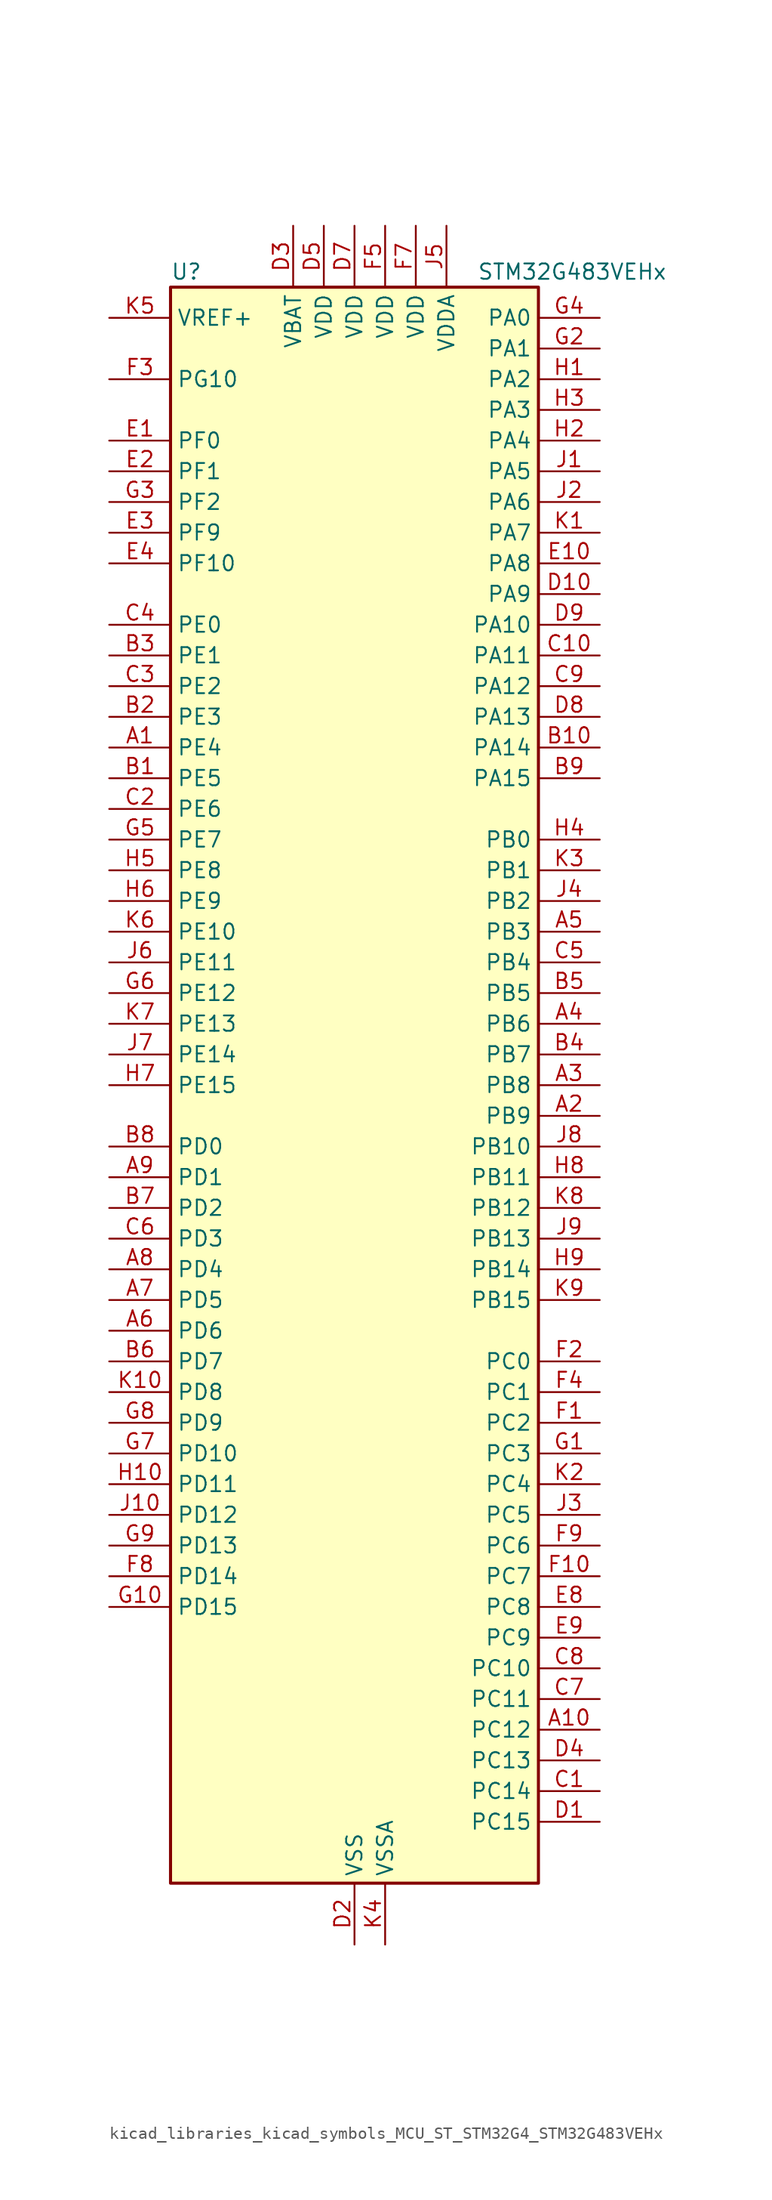
<source format=kicad_sym>
(kicad_symbol_lib
  (version 20220914)
  (generator kicad_symbol_editor)
  (symbol "kicad_libraries_kicad_symbols_MCU_ST_STM32G4_STM32G483VEHx"
    (property "Reference" "U"
      (at -15.24 67.31 0)
      (effects (font (size 1.27 1.27)) (justify left)))
    (property "Value" "STM32G483VEHx"
      (at 10.16 67.31 0)
      (effects (font (size 1.27 1.27)) (justify left)))
    (property "ki_locked" ""
      (at 0 0 0)
      (effects (font (size 1.27 1.27))))
    (symbol "kicad_libraries_kicad_symbols_MCU_ST_STM32G4_STM32G483VEHx_0_1"
      (rectangle (start -15.24 -66.04) (end 15.24 66.04) (stroke (width 0.254) (type default)) (fill (type background))))
    (symbol "kicad_libraries_kicad_symbols_MCU_ST_STM32G4_STM32G483VEHx_1_1"
      (pin bidirectional line (at -20.32 27.94 0) (length 5.08) (name "PE4" (effects (font (size 1.27 1.27)))) (number "A1" (effects (font (size 1.27 1.27)))) (alternate "FMC_A20" bidirectional line) (alternate "SAI1_D2" bidirectional line) (alternate "SAI1_FS_A" bidirectional line) (alternate "SPI4_NSS" bidirectional line) (alternate "SYS_TRACED1" bidirectional line) (alternate "TIM20_CH1N" bidirectional line) (alternate "TIM3_CH3" bidirectional line))
      (pin bidirectional line (at 20.32 -53.34 180) (length 5.08) (name "PC12" (effects (font (size 1.27 1.27)))) (number "A10" (effects (font (size 1.27 1.27)))) (alternate "I2S3_SD" bidirectional line) (alternate "SPI3_MOSI" bidirectional line) (alternate "TIM5_CH2" bidirectional line) (alternate "TIM8_CH3N" bidirectional line) (alternate "UART5_TX" bidirectional line) (alternate "UCPD1_FRSTX1" bidirectional line) (alternate "UCPD1_FRSTX2" bidirectional line) (alternate "USART3_CK" bidirectional line))
      (pin bidirectional line (at 20.32 -2.54 180) (length 5.08) (name "PB9" (effects (font (size 1.27 1.27)))) (number "A2" (effects (font (size 1.27 1.27)))) (alternate "COMP2_OUT" bidirectional line) (alternate "DAC1_EXTI9" bidirectional line) (alternate "DAC2_EXTI9" bidirectional line) (alternate "DAC3_EXTI9" bidirectional line) (alternate "DAC4_EXTI9" bidirectional line) (alternate "FDCAN1_TX" bidirectional line) (alternate "I2C1_SDA" bidirectional line) (alternate "IR_OUT" bidirectional line) (alternate "SAI1_D2" bidirectional line) (alternate "SAI1_FS_A" bidirectional line) (alternate "TIM17_CH1" bidirectional line) (alternate "TIM1_CH3N" bidirectional line) (alternate "TIM4_CH4" bidirectional line) (alternate "TIM8_CH3" bidirectional line) (alternate "USART3_TX" bidirectional line))
      (pin bidirectional line (at 20.32 0 180) (length 5.08) (name "PB8" (effects (font (size 1.27 1.27)))) (number "A3" (effects (font (size 1.27 1.27)))) (alternate "COMP1_OUT" bidirectional line) (alternate "FDCAN1_RX" bidirectional line) (alternate "I2C1_SCL" bidirectional line) (alternate "SAI1_CK1" bidirectional line) (alternate "SAI1_MCLK_A" bidirectional line) (alternate "TIM16_CH1" bidirectional line) (alternate "TIM1_BKIN" bidirectional line) (alternate "TIM4_CH3" bidirectional line) (alternate "TIM8_CH2" bidirectional line) (alternate "USART3_RX" bidirectional line))
      (pin bidirectional line (at 20.32 5.08 180) (length 5.08) (name "PB6" (effects (font (size 1.27 1.27)))) (number "A4" (effects (font (size 1.27 1.27)))) (alternate "COMP4_OUT" bidirectional line) (alternate "FDCAN2_TX" bidirectional line) (alternate "LPTIM1_ETR" bidirectional line) (alternate "SAI1_FS_B" bidirectional line) (alternate "TIM16_CH1N" bidirectional line) (alternate "TIM4_CH1" bidirectional line) (alternate "TIM8_BKIN2" bidirectional line) (alternate "TIM8_CH1" bidirectional line) (alternate "TIM8_ETR" bidirectional line) (alternate "UCPD1_CC1" bidirectional line) (alternate "USART1_TX" bidirectional line))
      (pin bidirectional line (at 20.32 12.7 180) (length 5.08) (name "PB3" (effects (font (size 1.27 1.27)))) (number "A5" (effects (font (size 1.27 1.27)))) (alternate "ADC3_EXTI3" bidirectional line) (alternate "ADC4_EXTI3" bidirectional line) (alternate "ADC5_EXTI3" bidirectional line) (alternate "CRS_SYNC" bidirectional line) (alternate "FDCAN3_RX" bidirectional line) (alternate "I2S3_CK" bidirectional line) (alternate "SAI1_SCK_B" bidirectional line) (alternate "SPI1_SCK" bidirectional line) (alternate "SPI3_SCK" bidirectional line) (alternate "SYS_JTDO-SWO" bidirectional line) (alternate "TIM2_CH2" bidirectional line) (alternate "TIM3_ETR" bidirectional line) (alternate "TIM4_ETR" bidirectional line) (alternate "TIM8_CH1N" bidirectional line) (alternate "USART2_TX" bidirectional line))
      (pin bidirectional line (at -20.32 -20.32 0) (length 5.08) (name "PD6" (effects (font (size 1.27 1.27)))) (number "A6" (effects (font (size 1.27 1.27)))) (alternate "FMC_NWAIT" bidirectional line) (alternate "QUADSPI1_BK2_IO2" bidirectional line) (alternate "SAI1_D1" bidirectional line) (alternate "SAI1_SD_A" bidirectional line) (alternate "TIM2_CH4" bidirectional line) (alternate "USART2_RX" bidirectional line))
      (pin bidirectional line (at -20.32 -17.78 0) (length 5.08) (name "PD5" (effects (font (size 1.27 1.27)))) (number "A7" (effects (font (size 1.27 1.27)))) (alternate "FMC_NWE" bidirectional line) (alternate "QUADSPI1_BK2_IO1" bidirectional line) (alternate "USART2_TX" bidirectional line))
      (pin bidirectional line (at -20.32 -15.24 0) (length 5.08) (name "PD4" (effects (font (size 1.27 1.27)))) (number "A8" (effects (font (size 1.27 1.27)))) (alternate "FMC_NOE" bidirectional line) (alternate "QUADSPI1_BK2_IO0" bidirectional line) (alternate "TIM2_CH2" bidirectional line) (alternate "USART2_DE" bidirectional line) (alternate "USART2_RTS" bidirectional line))
      (pin bidirectional line (at -20.32 -7.62 0) (length 5.08) (name "PD1" (effects (font (size 1.27 1.27)))) (number "A9" (effects (font (size 1.27 1.27)))) (alternate "FDCAN1_TX" bidirectional line) (alternate "FMC_D3" bidirectional line) (alternate "FMC_DA3" bidirectional line) (alternate "TIM8_BKIN2" bidirectional line) (alternate "TIM8_CH4" bidirectional line))
      (pin bidirectional line (at -20.32 25.4 0) (length 5.08) (name "PE5" (effects (font (size 1.27 1.27)))) (number "B1" (effects (font (size 1.27 1.27)))) (alternate "FMC_A21" bidirectional line) (alternate "SAI1_CK2" bidirectional line) (alternate "SAI1_SCK_A" bidirectional line) (alternate "SPI4_MISO" bidirectional line) (alternate "SYS_TRACED2" bidirectional line) (alternate "TIM20_CH2N" bidirectional line) (alternate "TIM3_CH4" bidirectional line))
      (pin bidirectional line (at 20.32 27.94 180) (length 5.08) (name "PA14" (effects (font (size 1.27 1.27)))) (number "B10" (effects (font (size 1.27 1.27)))) (alternate "I2C1_SDA" bidirectional line) (alternate "I2C4_SMBA" bidirectional line) (alternate "LPTIM1_OUT" bidirectional line) (alternate "SAI1_FS_B" bidirectional line) (alternate "SYS_JTCK-SWCLK" bidirectional line) (alternate "TIM1_BKIN" bidirectional line) (alternate "TIM8_CH2" bidirectional line) (alternate "USART2_TX" bidirectional line))
      (pin bidirectional line (at -20.32 30.48 0) (length 5.08) (name "PE3" (effects (font (size 1.27 1.27)))) (number "B2" (effects (font (size 1.27 1.27)))) (alternate "ADC3_EXTI3" bidirectional line) (alternate "ADC4_EXTI3" bidirectional line) (alternate "ADC5_EXTI3" bidirectional line) (alternate "FMC_A19" bidirectional line) (alternate "SAI1_SD_B" bidirectional line) (alternate "SPI4_NSS" bidirectional line) (alternate "SYS_TRACED0" bidirectional line) (alternate "TIM20_CH2" bidirectional line) (alternate "TIM3_CH2" bidirectional line))
      (pin bidirectional line (at -20.32 35.56 0) (length 5.08) (name "PE1" (effects (font (size 1.27 1.27)))) (number "B3" (effects (font (size 1.27 1.27)))) (alternate "FMC_NBL1" bidirectional line) (alternate "TIM17_CH1" bidirectional line) (alternate "TIM20_CH4" bidirectional line) (alternate "USART1_RX" bidirectional line))
      (pin bidirectional line (at 20.32 2.54 180) (length 5.08) (name "PB7" (effects (font (size 1.27 1.27)))) (number "B4" (effects (font (size 1.27 1.27)))) (alternate "COMP3_OUT" bidirectional line) (alternate "FMC_NL" bidirectional line) (alternate "I2C1_SDA" bidirectional line) (alternate "I2C4_SDA" bidirectional line) (alternate "LPTIM1_IN2" bidirectional line) (alternate "SYS_PVD_IN" bidirectional line) (alternate "TIM17_CH1N" bidirectional line) (alternate "TIM3_CH4" bidirectional line) (alternate "TIM4_CH2" bidirectional line) (alternate "TIM8_BKIN" bidirectional line) (alternate "UART4_CTS" bidirectional line) (alternate "USART1_RX" bidirectional line))
      (pin bidirectional line (at 20.32 7.62 180) (length 5.08) (name "PB5" (effects (font (size 1.27 1.27)))) (number "B5" (effects (font (size 1.27 1.27)))) (alternate "FDCAN2_RX" bidirectional line) (alternate "I2C1_SMBA" bidirectional line) (alternate "I2C3_SDA" bidirectional line) (alternate "I2S3_SD" bidirectional line) (alternate "LPTIM1_IN1" bidirectional line) (alternate "SAI1_SD_B" bidirectional line) (alternate "SPI1_MOSI" bidirectional line) (alternate "SPI3_MOSI" bidirectional line) (alternate "TIM16_BKIN" bidirectional line) (alternate "TIM17_CH1" bidirectional line) (alternate "TIM3_CH2" bidirectional line) (alternate "TIM8_CH3N" bidirectional line) (alternate "UART5_CTS" bidirectional line) (alternate "USART2_CK" bidirectional line))
      (pin bidirectional line (at -20.32 -22.86 0) (length 5.08) (name "PD7" (effects (font (size 1.27 1.27)))) (number "B6" (effects (font (size 1.27 1.27)))) (alternate "FMC_NCE" bidirectional line) (alternate "FMC_NE1" bidirectional line) (alternate "QUADSPI1_BK2_IO3" bidirectional line) (alternate "TIM2_CH3" bidirectional line) (alternate "USART2_CK" bidirectional line))
      (pin bidirectional line (at -20.32 -10.16 0) (length 5.08) (name "PD2" (effects (font (size 1.27 1.27)))) (number "B7" (effects (font (size 1.27 1.27)))) (alternate "ADC3_EXTI2" bidirectional line) (alternate "ADC4_EXTI2" bidirectional line) (alternate "ADC5_EXTI2" bidirectional line) (alternate "TIM3_ETR" bidirectional line) (alternate "TIM8_BKIN" bidirectional line) (alternate "UART5_RX" bidirectional line))
      (pin bidirectional line (at -20.32 -5.08 0) (length 5.08) (name "PD0" (effects (font (size 1.27 1.27)))) (number "B8" (effects (font (size 1.27 1.27)))) (alternate "FDCAN1_RX" bidirectional line) (alternate "FMC_D2" bidirectional line) (alternate "FMC_DA2" bidirectional line) (alternate "TIM8_CH4N" bidirectional line))
      (pin bidirectional line (at 20.32 25.4 180) (length 5.08) (name "PA15" (effects (font (size 1.27 1.27)))) (number "B9" (effects (font (size 1.27 1.27)))) (alternate "ADC1_EXTI15" bidirectional line) (alternate "ADC2_EXTI15" bidirectional line) (alternate "FDCAN3_TX" bidirectional line) (alternate "I2C1_SCL" bidirectional line) (alternate "I2S3_WS" bidirectional line) (alternate "SPI1_NSS" bidirectional line) (alternate "SPI3_NSS" bidirectional line) (alternate "SYS_JTDI" bidirectional line) (alternate "TIM1_BKIN" bidirectional line) (alternate "TIM2_CH1" bidirectional line) (alternate "TIM2_ETR" bidirectional line) (alternate "TIM8_CH1" bidirectional line) (alternate "UART4_DE" bidirectional line) (alternate "UART4_RTS" bidirectional line) (alternate "USART2_RX" bidirectional line))
      (pin bidirectional line (at 20.32 -58.42 180) (length 5.08) (name "PC14" (effects (font (size 1.27 1.27)))) (number "C1" (effects (font (size 1.27 1.27)))) (alternate "RCC_OSC32_IN" bidirectional line))
      (pin bidirectional line (at 20.32 35.56 180) (length 5.08) (name "PA11" (effects (font (size 1.27 1.27)))) (number "C10" (effects (font (size 1.27 1.27)))) (alternate "ADC1_EXTI11" bidirectional line) (alternate "ADC2_EXTI11" bidirectional line) (alternate "COMP1_OUT" bidirectional line) (alternate "FDCAN1_RX" bidirectional line) (alternate "I2S2_SD" bidirectional line) (alternate "SPI2_MOSI" bidirectional line) (alternate "TIM1_BKIN2" bidirectional line) (alternate "TIM1_CH1N" bidirectional line) (alternate "TIM1_CH4" bidirectional line) (alternate "TIM4_CH1" bidirectional line) (alternate "USART1_CTS" bidirectional line) (alternate "USART1_NSS" bidirectional line) (alternate "USB_DM" bidirectional line))
      (pin bidirectional line (at -20.32 22.86 0) (length 5.08) (name "PE6" (effects (font (size 1.27 1.27)))) (number "C2" (effects (font (size 1.27 1.27)))) (alternate "FMC_A22" bidirectional line) (alternate "RTC_TAMP3" bidirectional line) (alternate "SAI1_D1" bidirectional line) (alternate "SAI1_SD_A" bidirectional line) (alternate "SPI4_MOSI" bidirectional line) (alternate "SYS_TRACED3" bidirectional line) (alternate "SYS_WKUP3" bidirectional line) (alternate "TIM20_CH3N" bidirectional line))
      (pin bidirectional line (at -20.32 33.02 0) (length 5.08) (name "PE2" (effects (font (size 1.27 1.27)))) (number "C3" (effects (font (size 1.27 1.27)))) (alternate "ADC3_EXTI2" bidirectional line) (alternate "ADC4_EXTI2" bidirectional line) (alternate "ADC5_EXTI2" bidirectional line) (alternate "FMC_A23" bidirectional line) (alternate "SAI1_CK1" bidirectional line) (alternate "SAI1_MCLK_A" bidirectional line) (alternate "SPI4_SCK" bidirectional line) (alternate "SYS_TRACECLK" bidirectional line) (alternate "TIM20_CH1" bidirectional line) (alternate "TIM3_CH1" bidirectional line))
      (pin bidirectional line (at -20.32 38.1 0) (length 5.08) (name "PE0" (effects (font (size 1.27 1.27)))) (number "C4" (effects (font (size 1.27 1.27)))) (alternate "FMC_NBL0" bidirectional line) (alternate "TIM16_CH1" bidirectional line) (alternate "TIM20_CH4N" bidirectional line) (alternate "TIM20_ETR" bidirectional line) (alternate "TIM4_ETR" bidirectional line) (alternate "USART1_TX" bidirectional line))
      (pin bidirectional line (at 20.32 10.16 180) (length 5.08) (name "PB4" (effects (font (size 1.27 1.27)))) (number "C5" (effects (font (size 1.27 1.27)))) (alternate "FDCAN3_TX" bidirectional line) (alternate "SAI1_MCLK_B" bidirectional line) (alternate "SPI1_MISO" bidirectional line) (alternate "SPI3_MISO" bidirectional line) (alternate "SYS_JTRST" bidirectional line) (alternate "TIM16_CH1" bidirectional line) (alternate "TIM17_BKIN" bidirectional line) (alternate "TIM3_CH1" bidirectional line) (alternate "TIM8_CH2N" bidirectional line) (alternate "UART5_DE" bidirectional line) (alternate "UART5_RTS" bidirectional line) (alternate "UCPD1_CC2" bidirectional line) (alternate "USART2_RX" bidirectional line))
      (pin bidirectional line (at -20.32 -12.7 0) (length 5.08) (name "PD3" (effects (font (size 1.27 1.27)))) (number "C6" (effects (font (size 1.27 1.27)))) (alternate "ADC3_EXTI3" bidirectional line) (alternate "ADC4_EXTI3" bidirectional line) (alternate "ADC5_EXTI3" bidirectional line) (alternate "FMC_CLK" bidirectional line) (alternate "QUADSPI1_BK2_NCS" bidirectional line) (alternate "TIM2_CH1" bidirectional line) (alternate "TIM2_ETR" bidirectional line) (alternate "USART2_CTS" bidirectional line) (alternate "USART2_NSS" bidirectional line))
      (pin bidirectional line (at 20.32 -50.8 180) (length 5.08) (name "PC11" (effects (font (size 1.27 1.27)))) (number "C7" (effects (font (size 1.27 1.27)))) (alternate "ADC1_EXTI11" bidirectional line) (alternate "ADC2_EXTI11" bidirectional line) (alternate "I2C3_SDA" bidirectional line) (alternate "SPI3_MISO" bidirectional line) (alternate "TIM8_CH2N" bidirectional line) (alternate "UART4_RX" bidirectional line) (alternate "USART3_RX" bidirectional line))
      (pin bidirectional line (at 20.32 -48.26 180) (length 5.08) (name "PC10" (effects (font (size 1.27 1.27)))) (number "C8" (effects (font (size 1.27 1.27)))) (alternate "DAC1_EXTI10" bidirectional line) (alternate "DAC2_EXTI10" bidirectional line) (alternate "DAC3_EXTI10" bidirectional line) (alternate "DAC4_EXTI10" bidirectional line) (alternate "I2S3_CK" bidirectional line) (alternate "SPI3_SCK" bidirectional line) (alternate "TIM8_CH1N" bidirectional line) (alternate "UART4_TX" bidirectional line) (alternate "USART3_TX" bidirectional line))
      (pin bidirectional line (at 20.32 33.02 180) (length 5.08) (name "PA12" (effects (font (size 1.27 1.27)))) (number "C9" (effects (font (size 1.27 1.27)))) (alternate "COMP2_OUT" bidirectional line) (alternate "FDCAN1_TX" bidirectional line) (alternate "I2S_CKIN" bidirectional line) (alternate "TIM16_CH1" bidirectional line) (alternate "TIM1_CH2N" bidirectional line) (alternate "TIM1_ETR" bidirectional line) (alternate "TIM4_CH2" bidirectional line) (alternate "USART1_DE" bidirectional line) (alternate "USART1_RTS" bidirectional line) (alternate "USB_DP" bidirectional line))
      (pin bidirectional line (at 20.32 -60.96 180) (length 5.08) (name "PC15" (effects (font (size 1.27 1.27)))) (number "D1" (effects (font (size 1.27 1.27)))) (alternate "ADC1_EXTI15" bidirectional line) (alternate "ADC2_EXTI15" bidirectional line) (alternate "RCC_OSC32_OUT" bidirectional line))
      (pin bidirectional line (at 20.32 40.64 180) (length 5.08) (name "PA9" (effects (font (size 1.27 1.27)))) (number "D10" (effects (font (size 1.27 1.27)))) (alternate "ADC5_IN2" bidirectional line) (alternate "COMP5_OUT" bidirectional line) (alternate "DAC1_EXTI9" bidirectional line) (alternate "DAC2_EXTI9" bidirectional line) (alternate "DAC3_EXTI9" bidirectional line) (alternate "DAC4_EXTI9" bidirectional line) (alternate "I2C2_SCL" bidirectional line) (alternate "I2C3_SMBA" bidirectional line) (alternate "I2S3_MCK" bidirectional line) (alternate "SAI1_FS_A" bidirectional line) (alternate "TIM15_BKIN" bidirectional line) (alternate "TIM1_CH2" bidirectional line) (alternate "TIM2_CH3" bidirectional line) (alternate "UCPD1_DBCC1" bidirectional line) (alternate "USART1_TX" bidirectional line))
      (pin power_in line (at 0 -71.12 90) (length 5.08) (name "VSS" (effects (font (size 1.27 1.27)))) (number "D2" (effects (font (size 1.27 1.27)))))
      (pin power_in line (at -5.08 71.12 270) (length 5.08) (name "VBAT" (effects (font (size 1.27 1.27)))) (number "D3" (effects (font (size 1.27 1.27)))))
      (pin bidirectional line (at 20.32 -55.88 180) (length 5.08) (name "PC13" (effects (font (size 1.27 1.27)))) (number "D4" (effects (font (size 1.27 1.27)))) (alternate "RTC_OUT1" bidirectional line) (alternate "RTC_TAMP1" bidirectional line) (alternate "RTC_TS" bidirectional line) (alternate "SYS_WKUP2" bidirectional line) (alternate "TIM1_BKIN" bidirectional line) (alternate "TIM1_CH1N" bidirectional line) (alternate "TIM8_CH4N" bidirectional line))
      (pin power_in line (at -2.54 71.12 270) (length 5.08) (name "VDD" (effects (font (size 1.27 1.27)))) (number "D5" (effects (font (size 1.27 1.27)))))
      (pin passive line (at 0 -71.12 90) (length 5.08) hide (name "VSS" (effects (font (size 1.27 1.27)))) (number "D6" (effects (font (size 1.27 1.27)))))
      (pin power_in line (at 0 71.12 270) (length 5.08) (name "VDD" (effects (font (size 1.27 1.27)))) (number "D7" (effects (font (size 1.27 1.27)))))
      (pin bidirectional line (at 20.32 30.48 180) (length 5.08) (name "PA13" (effects (font (size 1.27 1.27)))) (number "D8" (effects (font (size 1.27 1.27)))) (alternate "I2C1_SCL" bidirectional line) (alternate "I2C4_SCL" bidirectional line) (alternate "IR_OUT" bidirectional line) (alternate "SAI1_SD_B" bidirectional line) (alternate "SYS_JTMS-SWDIO" bidirectional line) (alternate "TIM16_CH1N" bidirectional line) (alternate "TIM4_CH3" bidirectional line) (alternate "USART3_CTS" bidirectional line) (alternate "USART3_NSS" bidirectional line))
      (pin bidirectional line (at 20.32 38.1 180) (length 5.08) (name "PA10" (effects (font (size 1.27 1.27)))) (number "D9" (effects (font (size 1.27 1.27)))) (alternate "COMP6_OUT" bidirectional line) (alternate "CRS_SYNC" bidirectional line) (alternate "DAC1_EXTI10" bidirectional line) (alternate "DAC2_EXTI10" bidirectional line) (alternate "DAC3_EXTI10" bidirectional line) (alternate "DAC4_EXTI10" bidirectional line) (alternate "I2C2_SMBA" bidirectional line) (alternate "SAI1_D1" bidirectional line) (alternate "SAI1_SD_A" bidirectional line) (alternate "SPI2_MISO" bidirectional line) (alternate "TIM17_BKIN" bidirectional line) (alternate "TIM1_CH3" bidirectional line) (alternate "TIM2_CH4" bidirectional line) (alternate "TIM8_BKIN" bidirectional line) (alternate "UCPD1_DBCC2" bidirectional line) (alternate "USART1_RX" bidirectional line))
      (pin bidirectional line (at -20.32 53.34 0) (length 5.08) (name "PF0" (effects (font (size 1.27 1.27)))) (number "E1" (effects (font (size 1.27 1.27)))) (alternate "ADC1_IN10" bidirectional line) (alternate "I2C2_SDA" bidirectional line) (alternate "I2S2_WS" bidirectional line) (alternate "RCC_OSC_IN" bidirectional line) (alternate "SPI2_NSS" bidirectional line) (alternate "TIM1_CH3N" bidirectional line))
      (pin bidirectional line (at 20.32 43.18 180) (length 5.08) (name "PA8" (effects (font (size 1.27 1.27)))) (number "E10" (effects (font (size 1.27 1.27)))) (alternate "ADC5_IN1" bidirectional line) (alternate "COMP7_OUT" bidirectional line) (alternate "FDCAN3_RX" bidirectional line) (alternate "I2C2_SDA" bidirectional line) (alternate "I2C3_SCL" bidirectional line) (alternate "I2S2_MCK" bidirectional line) (alternate "OPAMP5_VOUT" bidirectional line) (alternate "RCC_MCO" bidirectional line) (alternate "SAI1_CK2" bidirectional line) (alternate "SAI1_SCK_A" bidirectional line) (alternate "TIM1_CH1" bidirectional line) (alternate "TIM4_ETR" bidirectional line) (alternate "USART1_CK" bidirectional line))
      (pin bidirectional line (at -20.32 50.8 0) (length 5.08) (name "PF1" (effects (font (size 1.27 1.27)))) (number "E2" (effects (font (size 1.27 1.27)))) (alternate "ADC2_IN10" bidirectional line) (alternate "COMP3_INM" bidirectional line) (alternate "I2S2_CK" bidirectional line) (alternate "RCC_OSC_OUT" bidirectional line) (alternate "SPI2_SCK" bidirectional line))
      (pin bidirectional line (at -20.32 45.72 0) (length 5.08) (name "PF9" (effects (font (size 1.27 1.27)))) (number "E3" (effects (font (size 1.27 1.27)))) (alternate "DAC1_EXTI9" bidirectional line) (alternate "DAC2_EXTI9" bidirectional line) (alternate "DAC3_EXTI9" bidirectional line) (alternate "DAC4_EXTI9" bidirectional line) (alternate "FMC_A25" bidirectional line) (alternate "QUADSPI1_BK1_IO1" bidirectional line) (alternate "SAI1_FS_B" bidirectional line) (alternate "SPI2_SCK" bidirectional line) (alternate "TIM15_CH1" bidirectional line) (alternate "TIM20_BKIN" bidirectional line) (alternate "TIM5_CH4" bidirectional line))
      (pin bidirectional line (at -20.32 43.18 0) (length 5.08) (name "PF10" (effects (font (size 1.27 1.27)))) (number "E4" (effects (font (size 1.27 1.27)))) (alternate "DAC1_EXTI10" bidirectional line) (alternate "DAC2_EXTI10" bidirectional line) (alternate "DAC3_EXTI10" bidirectional line) (alternate "DAC4_EXTI10" bidirectional line) (alternate "FMC_A0" bidirectional line) (alternate "QUADSPI1_CLK" bidirectional line) (alternate "SAI1_D3" bidirectional line) (alternate "SPI2_SCK" bidirectional line) (alternate "TIM15_CH2" bidirectional line) (alternate "TIM20_BKIN2" bidirectional line))
      (pin passive line (at 0 -71.12 90) (length 5.08) hide (name "VSS" (effects (font (size 1.27 1.27)))) (number "E5" (effects (font (size 1.27 1.27)))))
      (pin passive line (at 0 -71.12 90) (length 5.08) hide (name "VSS" (effects (font (size 1.27 1.27)))) (number "E6" (effects (font (size 1.27 1.27)))))
      (pin passive line (at 0 -71.12 90) (length 5.08) hide (name "VSS" (effects (font (size 1.27 1.27)))) (number "E7" (effects (font (size 1.27 1.27)))))
      (pin bidirectional line (at 20.32 -43.18 180) (length 5.08) (name "PC8" (effects (font (size 1.27 1.27)))) (number "E8" (effects (font (size 1.27 1.27)))) (alternate "COMP7_OUT" bidirectional line) (alternate "I2C3_SCL" bidirectional line) (alternate "TIM20_CH3" bidirectional line) (alternate "TIM3_CH3" bidirectional line) (alternate "TIM8_CH3" bidirectional line))
      (pin bidirectional line (at 20.32 -45.72 180) (length 5.08) (name "PC9" (effects (font (size 1.27 1.27)))) (number "E9" (effects (font (size 1.27 1.27)))) (alternate "DAC1_EXTI9" bidirectional line) (alternate "DAC2_EXTI9" bidirectional line) (alternate "DAC3_EXTI9" bidirectional line) (alternate "DAC4_EXTI9" bidirectional line) (alternate "I2C3_SDA" bidirectional line) (alternate "I2S_CKIN" bidirectional line) (alternate "TIM3_CH4" bidirectional line) (alternate "TIM8_BKIN2" bidirectional line) (alternate "TIM8_CH4" bidirectional line))
      (pin bidirectional line (at 20.32 -27.94 180) (length 5.08) (name "PC2" (effects (font (size 1.27 1.27)))) (number "F1" (effects (font (size 1.27 1.27)))) (alternate "ADC1_IN8" bidirectional line) (alternate "ADC2_IN8" bidirectional line) (alternate "ADC3_EXTI2" bidirectional line) (alternate "ADC4_EXTI2" bidirectional line) (alternate "ADC5_EXTI2" bidirectional line) (alternate "COMP3_OUT" bidirectional line) (alternate "LPTIM1_IN2" bidirectional line) (alternate "QUADSPI1_BK2_IO1" bidirectional line) (alternate "TIM1_CH3" bidirectional line) (alternate "TIM20_CH2" bidirectional line))
      (pin bidirectional line (at 20.32 -40.64 180) (length 5.08) (name "PC7" (effects (font (size 1.27 1.27)))) (number "F10" (effects (font (size 1.27 1.27)))) (alternate "COMP5_OUT" bidirectional line) (alternate "I2C4_SDA" bidirectional line) (alternate "I2S3_MCK" bidirectional line) (alternate "TIM3_CH2" bidirectional line) (alternate "TIM8_CH2" bidirectional line))
      (pin bidirectional line (at 20.32 -22.86 180) (length 5.08) (name "PC0" (effects (font (size 1.27 1.27)))) (number "F2" (effects (font (size 1.27 1.27)))) (alternate "ADC1_IN6" bidirectional line) (alternate "ADC2_IN6" bidirectional line) (alternate "COMP3_INM" bidirectional line) (alternate "LPTIM1_IN1" bidirectional line) (alternate "LPUART1_RX" bidirectional line) (alternate "TIM1_CH1" bidirectional line))
      (pin bidirectional line (at -20.32 58.42 0) (length 5.08) (name "PG10" (effects (font (size 1.27 1.27)))) (number "F3" (effects (font (size 1.27 1.27)))) (alternate "DAC1_EXTI10" bidirectional line) (alternate "DAC2_EXTI10" bidirectional line) (alternate "DAC3_EXTI10" bidirectional line) (alternate "DAC4_EXTI10" bidirectional line) (alternate "RCC_MCO" bidirectional line))
      (pin bidirectional line (at 20.32 -25.4 180) (length 5.08) (name "PC1" (effects (font (size 1.27 1.27)))) (number "F4" (effects (font (size 1.27 1.27)))) (alternate "ADC1_IN7" bidirectional line) (alternate "ADC2_IN7" bidirectional line) (alternate "COMP3_INP" bidirectional line) (alternate "LPTIM1_OUT" bidirectional line) (alternate "LPUART1_TX" bidirectional line) (alternate "QUADSPI1_BK2_IO0" bidirectional line) (alternate "SAI1_SD_A" bidirectional line) (alternate "TIM1_CH2" bidirectional line))
      (pin power_in line (at 2.54 71.12 270) (length 5.08) (name "VDD" (effects (font (size 1.27 1.27)))) (number "F5" (effects (font (size 1.27 1.27)))))
      (pin passive line (at 0 -71.12 90) (length 5.08) hide (name "VSS" (effects (font (size 1.27 1.27)))) (number "F6" (effects (font (size 1.27 1.27)))))
      (pin power_in line (at 5.08 71.12 270) (length 5.08) (name "VDD" (effects (font (size 1.27 1.27)))) (number "F7" (effects (font (size 1.27 1.27)))))
      (pin bidirectional line (at -20.32 -40.64 0) (length 5.08) (name "PD14" (effects (font (size 1.27 1.27)))) (number "F8" (effects (font (size 1.27 1.27)))) (alternate "ADC3_IN11" bidirectional line) (alternate "ADC4_IN11" bidirectional line) (alternate "ADC5_IN11" bidirectional line) (alternate "COMP7_INP" bidirectional line) (alternate "FMC_D0" bidirectional line) (alternate "FMC_DA0" bidirectional line) (alternate "OPAMP2_VINP" bidirectional line) (alternate "OPAMP2_VINP_SEC" bidirectional line) (alternate "TIM4_CH3" bidirectional line))
      (pin bidirectional line (at 20.32 -38.1 180) (length 5.08) (name "PC6" (effects (font (size 1.27 1.27)))) (number "F9" (effects (font (size 1.27 1.27)))) (alternate "COMP6_OUT" bidirectional line) (alternate "I2C4_SCL" bidirectional line) (alternate "I2S2_MCK" bidirectional line) (alternate "TIM3_CH1" bidirectional line) (alternate "TIM8_CH1" bidirectional line))
      (pin bidirectional line (at 20.32 -30.48 180) (length 5.08) (name "PC3" (effects (font (size 1.27 1.27)))) (number "G1" (effects (font (size 1.27 1.27)))) (alternate "ADC1_IN9" bidirectional line) (alternate "ADC2_IN9" bidirectional line) (alternate "ADC3_EXTI3" bidirectional line) (alternate "ADC4_EXTI3" bidirectional line) (alternate "ADC5_EXTI3" bidirectional line) (alternate "LPTIM1_ETR" bidirectional line) (alternate "OPAMP5_VINP" bidirectional line) (alternate "OPAMP5_VINP_SEC" bidirectional line) (alternate "QUADSPI1_BK2_IO2" bidirectional line) (alternate "SAI1_D1" bidirectional line) (alternate "SAI1_SD_A" bidirectional line) (alternate "TIM1_BKIN2" bidirectional line) (alternate "TIM1_CH4" bidirectional line))
      (pin bidirectional line (at -20.32 -43.18 0) (length 5.08) (name "PD15" (effects (font (size 1.27 1.27)))) (number "G10" (effects (font (size 1.27 1.27)))) (alternate "ADC1_EXTI15" bidirectional line) (alternate "ADC2_EXTI15" bidirectional line) (alternate "COMP7_INM" bidirectional line) (alternate "FMC_D1" bidirectional line) (alternate "FMC_DA1" bidirectional line) (alternate "SPI2_NSS" bidirectional line) (alternate "TIM4_CH4" bidirectional line))
      (pin bidirectional line (at 20.32 60.96 180) (length 5.08) (name "PA1" (effects (font (size 1.27 1.27)))) (number "G2" (effects (font (size 1.27 1.27)))) (alternate "ADC1_IN2" bidirectional line) (alternate "ADC2_IN2" bidirectional line) (alternate "COMP1_INP" bidirectional line) (alternate "OPAMP1_VINP" bidirectional line) (alternate "OPAMP1_VINP_SEC" bidirectional line) (alternate "OPAMP3_VINP" bidirectional line) (alternate "OPAMP3_VINP_SEC" bidirectional line) (alternate "OPAMP6_VINM" bidirectional line) (alternate "OPAMP6_VINM0" bidirectional line) (alternate "OPAMP6_VINM_SEC" bidirectional line) (alternate "RTC_REFIN" bidirectional line) (alternate "TIM15_CH1N" bidirectional line) (alternate "TIM2_CH2" bidirectional line) (alternate "TIM5_CH2" bidirectional line) (alternate "USART2_DE" bidirectional line) (alternate "USART2_RTS" bidirectional line))
      (pin bidirectional line (at -20.32 48.26 0) (length 5.08) (name "PF2" (effects (font (size 1.27 1.27)))) (number "G3" (effects (font (size 1.27 1.27)))) (alternate "ADC3_EXTI2" bidirectional line) (alternate "ADC4_EXTI2" bidirectional line) (alternate "ADC5_EXTI2" bidirectional line) (alternate "FMC_A2" bidirectional line) (alternate "I2C2_SMBA" bidirectional line) (alternate "TIM20_CH3" bidirectional line))
      (pin bidirectional line (at 20.32 63.5 180) (length 5.08) (name "PA0" (effects (font (size 1.27 1.27)))) (number "G4" (effects (font (size 1.27 1.27)))) (alternate "ADC1_IN1" bidirectional line) (alternate "ADC2_IN1" bidirectional line) (alternate "COMP1_INM" bidirectional line) (alternate "COMP1_OUT" bidirectional line) (alternate "COMP3_INP" bidirectional line) (alternate "RTC_TAMP2" bidirectional line) (alternate "SYS_WKUP1" bidirectional line) (alternate "TIM2_CH1" bidirectional line) (alternate "TIM2_ETR" bidirectional line) (alternate "TIM5_CH1" bidirectional line) (alternate "TIM8_BKIN" bidirectional line) (alternate "TIM8_ETR" bidirectional line) (alternate "USART2_CTS" bidirectional line) (alternate "USART2_NSS" bidirectional line))
      (pin bidirectional line (at -20.32 20.32 0) (length 5.08) (name "PE7" (effects (font (size 1.27 1.27)))) (number "G5" (effects (font (size 1.27 1.27)))) (alternate "ADC3_IN4" bidirectional line) (alternate "COMP4_INP" bidirectional line) (alternate "FMC_D4" bidirectional line) (alternate "FMC_DA4" bidirectional line) (alternate "SAI1_SD_B" bidirectional line) (alternate "TIM1_ETR" bidirectional line))
      (pin bidirectional line (at -20.32 7.62 0) (length 5.08) (name "PE12" (effects (font (size 1.27 1.27)))) (number "G6" (effects (font (size 1.27 1.27)))) (alternate "ADC3_IN16" bidirectional line) (alternate "ADC4_IN16" bidirectional line) (alternate "ADC5_IN16" bidirectional line) (alternate "FMC_D9" bidirectional line) (alternate "FMC_DA9" bidirectional line) (alternate "QUADSPI1_BK1_IO0" bidirectional line) (alternate "SPI4_SCK" bidirectional line) (alternate "TIM1_CH3N" bidirectional line))
      (pin bidirectional line (at -20.32 -30.48 0) (length 5.08) (name "PD10" (effects (font (size 1.27 1.27)))) (number "G7" (effects (font (size 1.27 1.27)))) (alternate "ADC3_IN7" bidirectional line) (alternate "ADC4_IN7" bidirectional line) (alternate "ADC5_IN7" bidirectional line) (alternate "COMP6_INM" bidirectional line) (alternate "DAC1_EXTI10" bidirectional line) (alternate "DAC2_EXTI10" bidirectional line) (alternate "DAC3_EXTI10" bidirectional line) (alternate "DAC4_EXTI10" bidirectional line) (alternate "FMC_D15" bidirectional line) (alternate "FMC_DA15" bidirectional line) (alternate "USART3_CK" bidirectional line))
      (pin bidirectional line (at -20.32 -27.94 0) (length 5.08) (name "PD9" (effects (font (size 1.27 1.27)))) (number "G8" (effects (font (size 1.27 1.27)))) (alternate "ADC4_IN13" bidirectional line) (alternate "ADC5_IN13" bidirectional line) (alternate "DAC1_EXTI9" bidirectional line) (alternate "DAC2_EXTI9" bidirectional line) (alternate "DAC3_EXTI9" bidirectional line) (alternate "DAC4_EXTI9" bidirectional line) (alternate "FMC_D14" bidirectional line) (alternate "FMC_DA14" bidirectional line) (alternate "OPAMP6_VINP" bidirectional line) (alternate "OPAMP6_VINP_SEC" bidirectional line) (alternate "USART3_RX" bidirectional line))
      (pin bidirectional line (at -20.32 -38.1 0) (length 5.08) (name "PD13" (effects (font (size 1.27 1.27)))) (number "G9" (effects (font (size 1.27 1.27)))) (alternate "ADC3_IN10" bidirectional line) (alternate "ADC4_IN10" bidirectional line) (alternate "ADC5_IN10" bidirectional line) (alternate "COMP5_INM" bidirectional line) (alternate "FMC_A18" bidirectional line) (alternate "TIM4_CH2" bidirectional line))
      (pin bidirectional line (at 20.32 58.42 180) (length 5.08) (name "PA2" (effects (font (size 1.27 1.27)))) (number "H1" (effects (font (size 1.27 1.27)))) (alternate "ADC1_IN3" bidirectional line) (alternate "ADC3_EXTI2" bidirectional line) (alternate "ADC4_EXTI2" bidirectional line) (alternate "ADC5_EXTI2" bidirectional line) (alternate "COMP2_INM" bidirectional line) (alternate "COMP2_OUT" bidirectional line) (alternate "LPUART1_TX" bidirectional line) (alternate "OPAMP1_VOUT" bidirectional line) (alternate "QUADSPI1_BK1_NCS" bidirectional line) (alternate "RCC_LSCO" bidirectional line) (alternate "SYS_WKUP4" bidirectional line) (alternate "TIM15_CH1" bidirectional line) (alternate "TIM2_CH3" bidirectional line) (alternate "TIM5_CH3" bidirectional line) (alternate "UCPD1_FRSTX1" bidirectional line) (alternate "UCPD1_FRSTX2" bidirectional line) (alternate "USART2_TX" bidirectional line))
      (pin bidirectional line (at -20.32 -33.02 0) (length 5.08) (name "PD11" (effects (font (size 1.27 1.27)))) (number "H10" (effects (font (size 1.27 1.27)))) (alternate "ADC1_EXTI11" bidirectional line) (alternate "ADC2_EXTI11" bidirectional line) (alternate "ADC3_IN8" bidirectional line) (alternate "ADC4_IN8" bidirectional line) (alternate "ADC5_IN8" bidirectional line) (alternate "COMP6_INP" bidirectional line) (alternate "FMC_A16" bidirectional line) (alternate "FMC_CLE" bidirectional line) (alternate "I2C4_SMBA" bidirectional line) (alternate "OPAMP4_VINP" bidirectional line) (alternate "OPAMP4_VINP_SEC" bidirectional line) (alternate "TIM5_ETR" bidirectional line) (alternate "USART3_CTS" bidirectional line) (alternate "USART3_NSS" bidirectional line))
      (pin bidirectional line (at 20.32 53.34 180) (length 5.08) (name "PA4" (effects (font (size 1.27 1.27)))) (number "H2" (effects (font (size 1.27 1.27)))) (alternate "ADC2_IN17" bidirectional line) (alternate "COMP1_INM" bidirectional line) (alternate "DAC1_OUT1" bidirectional line) (alternate "I2S3_WS" bidirectional line) (alternate "SAI1_FS_B" bidirectional line) (alternate "SPI1_NSS" bidirectional line) (alternate "SPI3_NSS" bidirectional line) (alternate "TIM3_CH2" bidirectional line) (alternate "USART2_CK" bidirectional line))
      (pin bidirectional line (at 20.32 55.88 180) (length 5.08) (name "PA3" (effects (font (size 1.27 1.27)))) (number "H3" (effects (font (size 1.27 1.27)))) (alternate "ADC1_IN4" bidirectional line) (alternate "ADC3_EXTI3" bidirectional line) (alternate "ADC4_EXTI3" bidirectional line) (alternate "ADC5_EXTI3" bidirectional line) (alternate "COMP2_INP" bidirectional line) (alternate "LPUART1_RX" bidirectional line) (alternate "OPAMP1_VINM" bidirectional line) (alternate "OPAMP1_VINM0" bidirectional line) (alternate "OPAMP1_VINM_SEC" bidirectional line) (alternate "OPAMP1_VINP" bidirectional line) (alternate "OPAMP1_VINP_SEC" bidirectional line) (alternate "OPAMP5_VINM" bidirectional line) (alternate "OPAMP5_VINM1" bidirectional line) (alternate "OPAMP5_VINM_SEC" bidirectional line) (alternate "QUADSPI1_CLK" bidirectional line) (alternate "SAI1_CK1" bidirectional line) (alternate "SAI1_MCLK_A" bidirectional line) (alternate "TIM15_CH2" bidirectional line) (alternate "TIM2_CH4" bidirectional line) (alternate "TIM5_CH4" bidirectional line) (alternate "USART2_RX" bidirectional line))
      (pin bidirectional line (at 20.32 20.32 180) (length 5.08) (name "PB0" (effects (font (size 1.27 1.27)))) (number "H4" (effects (font (size 1.27 1.27)))) (alternate "ADC1_IN15" bidirectional line) (alternate "ADC3_IN12" bidirectional line) (alternate "COMP4_INP" bidirectional line) (alternate "OPAMP2_VINP" bidirectional line) (alternate "OPAMP2_VINP_SEC" bidirectional line) (alternate "OPAMP3_VINP" bidirectional line) (alternate "OPAMP3_VINP_SEC" bidirectional line) (alternate "QUADSPI1_BK1_IO1" bidirectional line) (alternate "TIM1_CH2N" bidirectional line) (alternate "TIM3_CH3" bidirectional line) (alternate "TIM8_CH2N" bidirectional line) (alternate "UCPD1_FRSTX1" bidirectional line) (alternate "UCPD1_FRSTX2" bidirectional line))
      (pin bidirectional line (at -20.32 17.78 0) (length 5.08) (name "PE8" (effects (font (size 1.27 1.27)))) (number "H5" (effects (font (size 1.27 1.27)))) (alternate "ADC3_IN6" bidirectional line) (alternate "ADC4_IN6" bidirectional line) (alternate "ADC5_IN6" bidirectional line) (alternate "COMP4_INM" bidirectional line) (alternate "FMC_D5" bidirectional line) (alternate "FMC_DA5" bidirectional line) (alternate "SAI1_SCK_B" bidirectional line) (alternate "TIM1_CH1N" bidirectional line) (alternate "TIM5_CH3" bidirectional line))
      (pin bidirectional line (at -20.32 15.24 0) (length 5.08) (name "PE9" (effects (font (size 1.27 1.27)))) (number "H6" (effects (font (size 1.27 1.27)))) (alternate "ADC3_IN2" bidirectional line) (alternate "DAC1_EXTI9" bidirectional line) (alternate "DAC2_EXTI9" bidirectional line) (alternate "DAC3_EXTI9" bidirectional line) (alternate "DAC4_EXTI9" bidirectional line) (alternate "FMC_D6" bidirectional line) (alternate "FMC_DA6" bidirectional line) (alternate "SAI1_FS_B" bidirectional line) (alternate "TIM1_CH1" bidirectional line) (alternate "TIM5_CH4" bidirectional line))
      (pin bidirectional line (at -20.32 0 0) (length 5.08) (name "PE15" (effects (font (size 1.27 1.27)))) (number "H7" (effects (font (size 1.27 1.27)))) (alternate "ADC1_EXTI15" bidirectional line) (alternate "ADC2_EXTI15" bidirectional line) (alternate "ADC4_IN2" bidirectional line) (alternate "FMC_D12" bidirectional line) (alternate "FMC_DA12" bidirectional line) (alternate "QUADSPI1_BK1_IO3" bidirectional line) (alternate "TIM1_BKIN" bidirectional line) (alternate "TIM1_CH4N" bidirectional line) (alternate "USART3_RX" bidirectional line))
      (pin bidirectional line (at 20.32 -7.62 180) (length 5.08) (name "PB11" (effects (font (size 1.27 1.27)))) (number "H8" (effects (font (size 1.27 1.27)))) (alternate "ADC1_EXTI11" bidirectional line) (alternate "ADC1_IN14" bidirectional line) (alternate "ADC2_EXTI11" bidirectional line) (alternate "ADC2_IN14" bidirectional line) (alternate "COMP6_INP" bidirectional line) (alternate "LPUART1_TX" bidirectional line) (alternate "OPAMP4_VINP" bidirectional line) (alternate "OPAMP4_VINP_SEC" bidirectional line) (alternate "OPAMP6_VOUT" bidirectional line) (alternate "QUADSPI1_BK1_NCS" bidirectional line) (alternate "TIM2_CH4" bidirectional line) (alternate "USART3_RX" bidirectional line))
      (pin bidirectional line (at 20.32 -15.24 180) (length 5.08) (name "PB14" (effects (font (size 1.27 1.27)))) (number "H9" (effects (font (size 1.27 1.27)))) (alternate "ADC1_IN5" bidirectional line) (alternate "ADC4_IN4" bidirectional line) (alternate "COMP4_OUT" bidirectional line) (alternate "COMP7_INP" bidirectional line) (alternate "OPAMP2_VINP" bidirectional line) (alternate "OPAMP2_VINP_SEC" bidirectional line) (alternate "OPAMP5_VINP" bidirectional line) (alternate "OPAMP5_VINP_SEC" bidirectional line) (alternate "SPI2_MISO" bidirectional line) (alternate "TIM15_CH1" bidirectional line) (alternate "TIM1_CH2N" bidirectional line) (alternate "USART3_DE" bidirectional line) (alternate "USART3_RTS" bidirectional line))
      (pin bidirectional line (at 20.32 50.8 180) (length 5.08) (name "PA5" (effects (font (size 1.27 1.27)))) (number "J1" (effects (font (size 1.27 1.27)))) (alternate "ADC2_IN13" bidirectional line) (alternate "COMP2_INM" bidirectional line) (alternate "DAC1_OUT2" bidirectional line) (alternate "OPAMP2_VINM" bidirectional line) (alternate "OPAMP2_VINM0" bidirectional line) (alternate "OPAMP2_VINM_SEC" bidirectional line) (alternate "SPI1_SCK" bidirectional line) (alternate "TIM2_CH1" bidirectional line) (alternate "TIM2_ETR" bidirectional line) (alternate "UCPD1_FRSTX1" bidirectional line) (alternate "UCPD1_FRSTX2" bidirectional line))
      (pin bidirectional line (at -20.32 -35.56 0) (length 5.08) (name "PD12" (effects (font (size 1.27 1.27)))) (number "J10" (effects (font (size 1.27 1.27)))) (alternate "ADC3_IN9" bidirectional line) (alternate "ADC4_IN9" bidirectional line) (alternate "ADC5_IN9" bidirectional line) (alternate "COMP5_INP" bidirectional line) (alternate "FMC_A17" bidirectional line) (alternate "FMC_ALE" bidirectional line) (alternate "OPAMP5_VINP" bidirectional line) (alternate "OPAMP5_VINP_SEC" bidirectional line) (alternate "TIM4_CH1" bidirectional line) (alternate "USART3_DE" bidirectional line) (alternate "USART3_RTS" bidirectional line))
      (pin bidirectional line (at 20.32 48.26 180) (length 5.08) (name "PA6" (effects (font (size 1.27 1.27)))) (number "J2" (effects (font (size 1.27 1.27)))) (alternate "ADC2_IN3" bidirectional line) (alternate "COMP1_OUT" bidirectional line) (alternate "DAC2_OUT1" bidirectional line) (alternate "LPUART1_CTS" bidirectional line) (alternate "OPAMP2_VOUT" bidirectional line) (alternate "QUADSPI1_BK1_IO3" bidirectional line) (alternate "SPI1_MISO" bidirectional line) (alternate "TIM16_CH1" bidirectional line) (alternate "TIM1_BKIN" bidirectional line) (alternate "TIM3_CH1" bidirectional line) (alternate "TIM8_BKIN" bidirectional line))
      (pin bidirectional line (at 20.32 -35.56 180) (length 5.08) (name "PC5" (effects (font (size 1.27 1.27)))) (number "J3" (effects (font (size 1.27 1.27)))) (alternate "ADC2_IN11" bidirectional line) (alternate "OPAMP1_VINM" bidirectional line) (alternate "OPAMP1_VINM1" bidirectional line) (alternate "OPAMP1_VINM_SEC" bidirectional line) (alternate "OPAMP2_VINM" bidirectional line) (alternate "OPAMP2_VINM1" bidirectional line) (alternate "OPAMP2_VINM_SEC" bidirectional line) (alternate "SAI1_D3" bidirectional line) (alternate "SYS_WKUP5" bidirectional line) (alternate "TIM15_BKIN" bidirectional line) (alternate "TIM1_CH4N" bidirectional line) (alternate "USART1_RX" bidirectional line))
      (pin bidirectional line (at 20.32 15.24 180) (length 5.08) (name "PB2" (effects (font (size 1.27 1.27)))) (number "J4" (effects (font (size 1.27 1.27)))) (alternate "ADC2_IN12" bidirectional line) (alternate "ADC3_EXTI2" bidirectional line) (alternate "ADC4_EXTI2" bidirectional line) (alternate "ADC5_EXTI2" bidirectional line) (alternate "COMP4_INM" bidirectional line) (alternate "I2C3_SMBA" bidirectional line) (alternate "LPTIM1_OUT" bidirectional line) (alternate "OPAMP3_VINM" bidirectional line) (alternate "OPAMP3_VINM0" bidirectional line) (alternate "OPAMP3_VINM_SEC" bidirectional line) (alternate "QUADSPI1_BK2_IO1" bidirectional line) (alternate "RTC_OUT2" bidirectional line) (alternate "TIM20_CH1" bidirectional line) (alternate "TIM5_CH1" bidirectional line))
      (pin power_in line (at 7.62 71.12 270) (length 5.08) (name "VDDA" (effects (font (size 1.27 1.27)))) (number "J5" (effects (font (size 1.27 1.27)))))
      (pin bidirectional line (at -20.32 10.16 0) (length 5.08) (name "PE11" (effects (font (size 1.27 1.27)))) (number "J6" (effects (font (size 1.27 1.27)))) (alternate "ADC1_EXTI11" bidirectional line) (alternate "ADC2_EXTI11" bidirectional line) (alternate "ADC3_IN15" bidirectional line) (alternate "ADC4_IN15" bidirectional line) (alternate "ADC5_IN15" bidirectional line) (alternate "FMC_D8" bidirectional line) (alternate "FMC_DA8" bidirectional line) (alternate "QUADSPI1_BK1_NCS" bidirectional line) (alternate "SPI4_NSS" bidirectional line) (alternate "TIM1_CH2" bidirectional line))
      (pin bidirectional line (at -20.32 2.54 0) (length 5.08) (name "PE14" (effects (font (size 1.27 1.27)))) (number "J7" (effects (font (size 1.27 1.27)))) (alternate "ADC4_IN1" bidirectional line) (alternate "FMC_D11" bidirectional line) (alternate "FMC_DA11" bidirectional line) (alternate "QUADSPI1_BK1_IO2" bidirectional line) (alternate "SPI4_MOSI" bidirectional line) (alternate "TIM1_BKIN2" bidirectional line) (alternate "TIM1_CH4" bidirectional line))
      (pin bidirectional line (at 20.32 -5.08 180) (length 5.08) (name "PB10" (effects (font (size 1.27 1.27)))) (number "J8" (effects (font (size 1.27 1.27)))) (alternate "COMP5_INM" bidirectional line) (alternate "DAC1_EXTI10" bidirectional line) (alternate "DAC2_EXTI10" bidirectional line) (alternate "DAC3_EXTI10" bidirectional line) (alternate "DAC4_EXTI10" bidirectional line) (alternate "LPUART1_RX" bidirectional line) (alternate "OPAMP3_VINM" bidirectional line) (alternate "OPAMP3_VINM1" bidirectional line) (alternate "OPAMP3_VINM_SEC" bidirectional line) (alternate "OPAMP4_VINM" bidirectional line) (alternate "OPAMP4_VINM0" bidirectional line) (alternate "OPAMP4_VINM_SEC" bidirectional line) (alternate "QUADSPI1_CLK" bidirectional line) (alternate "SAI1_SCK_A" bidirectional line) (alternate "TIM1_BKIN" bidirectional line) (alternate "TIM2_CH3" bidirectional line) (alternate "USART3_TX" bidirectional line))
      (pin bidirectional line (at 20.32 -12.7 180) (length 5.08) (name "PB13" (effects (font (size 1.27 1.27)))) (number "J9" (effects (font (size 1.27 1.27)))) (alternate "ADC3_IN5" bidirectional line) (alternate "COMP5_INP" bidirectional line) (alternate "FDCAN2_TX" bidirectional line) (alternate "I2S2_CK" bidirectional line) (alternate "LPUART1_CTS" bidirectional line) (alternate "OPAMP3_VINP" bidirectional line) (alternate "OPAMP3_VINP_SEC" bidirectional line) (alternate "OPAMP4_VINP" bidirectional line) (alternate "OPAMP4_VINP_SEC" bidirectional line) (alternate "OPAMP6_VINP" bidirectional line) (alternate "OPAMP6_VINP_SEC" bidirectional line) (alternate "SPI2_SCK" bidirectional line) (alternate "TIM1_CH1N" bidirectional line) (alternate "USART3_CTS" bidirectional line) (alternate "USART3_NSS" bidirectional line))
      (pin bidirectional line (at 20.32 45.72 180) (length 5.08) (name "PA7" (effects (font (size 1.27 1.27)))) (number "K1" (effects (font (size 1.27 1.27)))) (alternate "ADC2_IN4" bidirectional line) (alternate "COMP2_INP" bidirectional line) (alternate "COMP2_OUT" bidirectional line) (alternate "OPAMP1_VINP" bidirectional line) (alternate "OPAMP1_VINP_SEC" bidirectional line) (alternate "OPAMP2_VINP" bidirectional line) (alternate "OPAMP2_VINP_SEC" bidirectional line) (alternate "QUADSPI1_BK1_IO2" bidirectional line) (alternate "SPI1_MOSI" bidirectional line) (alternate "TIM17_CH1" bidirectional line) (alternate "TIM1_CH1N" bidirectional line) (alternate "TIM3_CH2" bidirectional line) (alternate "TIM8_CH1N" bidirectional line) (alternate "UCPD1_FRSTX1" bidirectional line) (alternate "UCPD1_FRSTX2" bidirectional line))
      (pin bidirectional line (at -20.32 -25.4 0) (length 5.08) (name "PD8" (effects (font (size 1.27 1.27)))) (number "K10" (effects (font (size 1.27 1.27)))) (alternate "ADC4_IN12" bidirectional line) (alternate "ADC5_IN12" bidirectional line) (alternate "FMC_D13" bidirectional line) (alternate "FMC_DA13" bidirectional line) (alternate "OPAMP4_VINM" bidirectional line) (alternate "OPAMP4_VINM1" bidirectional line) (alternate "OPAMP4_VINM_SEC" bidirectional line) (alternate "USART3_TX" bidirectional line))
      (pin bidirectional line (at 20.32 -33.02 180) (length 5.08) (name "PC4" (effects (font (size 1.27 1.27)))) (number "K2" (effects (font (size 1.27 1.27)))) (alternate "ADC2_IN5" bidirectional line) (alternate "I2C2_SCL" bidirectional line) (alternate "QUADSPI1_BK2_IO3" bidirectional line) (alternate "TIM1_ETR" bidirectional line) (alternate "USART1_TX" bidirectional line))
      (pin bidirectional line (at 20.32 17.78 180) (length 5.08) (name "PB1" (effects (font (size 1.27 1.27)))) (number "K3" (effects (font (size 1.27 1.27)))) (alternate "ADC1_IN12" bidirectional line) (alternate "ADC3_IN1" bidirectional line) (alternate "COMP1_INP" bidirectional line) (alternate "COMP4_OUT" bidirectional line) (alternate "LPUART1_DE" bidirectional line) (alternate "LPUART1_RTS" bidirectional line) (alternate "OPAMP3_VOUT" bidirectional line) (alternate "OPAMP6_VINM" bidirectional line) (alternate "OPAMP6_VINM1" bidirectional line) (alternate "OPAMP6_VINM_SEC" bidirectional line) (alternate "QUADSPI1_BK1_IO0" bidirectional line) (alternate "TIM1_CH3N" bidirectional line) (alternate "TIM3_CH4" bidirectional line) (alternate "TIM8_CH3N" bidirectional line))
      (pin power_in line (at 2.54 -71.12 90) (length 5.08) (name "VSSA" (effects (font (size 1.27 1.27)))) (number "K4" (effects (font (size 1.27 1.27)))))
      (pin input line (at -20.32 63.5 0) (length 5.08) (name "VREF+" (effects (font (size 1.27 1.27)))) (number "K5" (effects (font (size 1.27 1.27)))) (alternate "VREFBUF_OUT" bidirectional line))
      (pin bidirectional line (at -20.32 12.7 0) (length 5.08) (name "PE10" (effects (font (size 1.27 1.27)))) (number "K6" (effects (font (size 1.27 1.27)))) (alternate "ADC3_IN14" bidirectional line) (alternate "ADC4_IN14" bidirectional line) (alternate "ADC5_IN14" bidirectional line) (alternate "DAC1_EXTI10" bidirectional line) (alternate "DAC2_EXTI10" bidirectional line) (alternate "DAC3_EXTI10" bidirectional line) (alternate "DAC4_EXTI10" bidirectional line) (alternate "FMC_D7" bidirectional line) (alternate "FMC_DA7" bidirectional line) (alternate "QUADSPI1_CLK" bidirectional line) (alternate "SAI1_MCLK_B" bidirectional line) (alternate "TIM1_CH2N" bidirectional line))
      (pin bidirectional line (at -20.32 5.08 0) (length 5.08) (name "PE13" (effects (font (size 1.27 1.27)))) (number "K7" (effects (font (size 1.27 1.27)))) (alternate "ADC3_IN3" bidirectional line) (alternate "FMC_D10" bidirectional line) (alternate "FMC_DA10" bidirectional line) (alternate "QUADSPI1_BK1_IO1" bidirectional line) (alternate "SPI4_MISO" bidirectional line) (alternate "TIM1_CH3" bidirectional line))
      (pin bidirectional line (at 20.32 -10.16 180) (length 5.08) (name "PB12" (effects (font (size 1.27 1.27)))) (number "K8" (effects (font (size 1.27 1.27)))) (alternate "ADC1_IN11" bidirectional line) (alternate "ADC4_IN3" bidirectional line) (alternate "COMP7_INM" bidirectional line) (alternate "FDCAN2_RX" bidirectional line) (alternate "I2C2_SMBA" bidirectional line) (alternate "I2S2_WS" bidirectional line) (alternate "LPUART1_DE" bidirectional line) (alternate "LPUART1_RTS" bidirectional line) (alternate "OPAMP4_VOUT" bidirectional line) (alternate "OPAMP6_VINP" bidirectional line) (alternate "OPAMP6_VINP_SEC" bidirectional line) (alternate "SPI2_NSS" bidirectional line) (alternate "TIM1_BKIN" bidirectional line) (alternate "TIM5_ETR" bidirectional line) (alternate "USART3_CK" bidirectional line))
      (pin bidirectional line (at 20.32 -17.78 180) (length 5.08) (name "PB15" (effects (font (size 1.27 1.27)))) (number "K9" (effects (font (size 1.27 1.27)))) (alternate "ADC1_EXTI15" bidirectional line) (alternate "ADC2_EXTI15" bidirectional line) (alternate "ADC2_IN15" bidirectional line) (alternate "ADC4_IN5" bidirectional line) (alternate "COMP3_OUT" bidirectional line) (alternate "COMP6_INM" bidirectional line) (alternate "I2S2_SD" bidirectional line) (alternate "OPAMP5_VINM" bidirectional line) (alternate "OPAMP5_VINM0" bidirectional line) (alternate "OPAMP5_VINM_SEC" bidirectional line) (alternate "RTC_REFIN" bidirectional line) (alternate "SPI2_MOSI" bidirectional line) (alternate "TIM15_CH1N" bidirectional line) (alternate "TIM15_CH2" bidirectional line) (alternate "TIM1_CH3N" bidirectional line)))))
</source>
